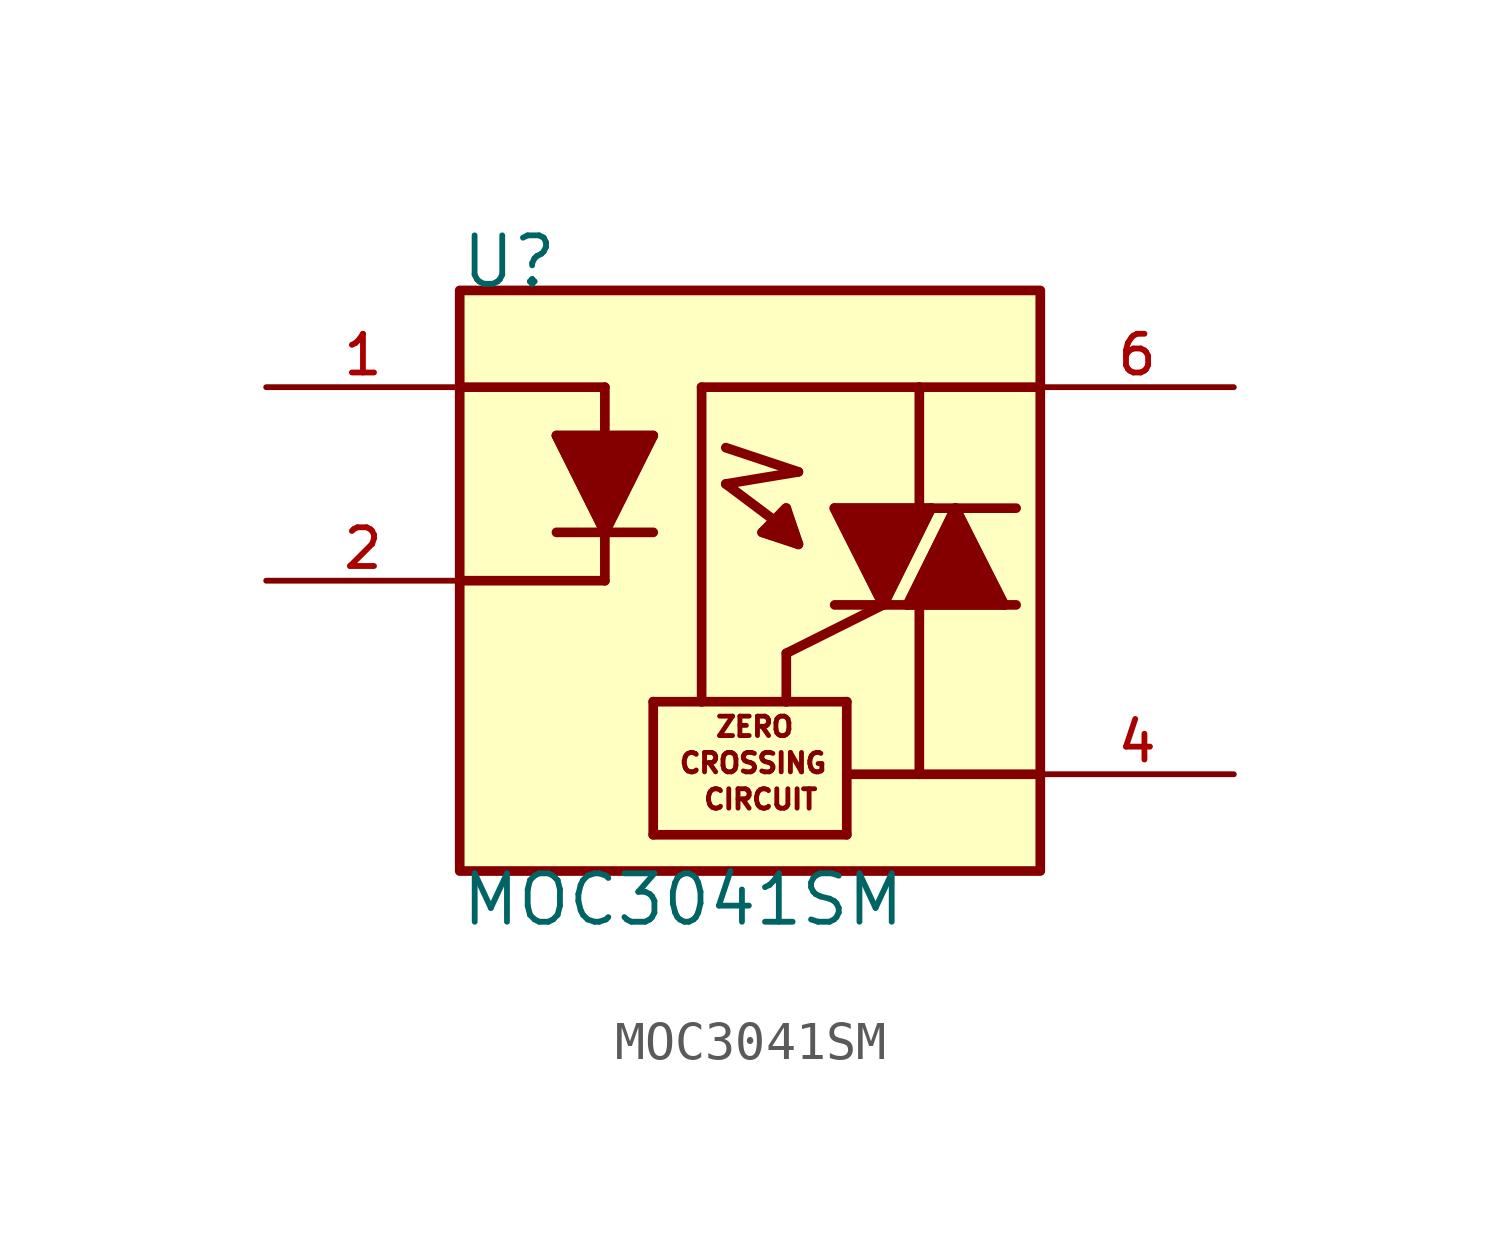
<source format=kicad_sym>
(kicad_symbol_lib
  (version 20211014)
  (generator kicad_symbol_editor)
  (symbol "MOC3041SM"
    (pin_names
      (offset 1.016))
    (property "Reference" "U"
      (at -7.632 7.632 0)
      (effects (font (size 1.27 1.27)) (justify bottom left)))
    (property "Value" "MOC3041SM"
      (at -7.629 -7.629 0.0)
      (effects (font (size 1.27 1.27)) (justify top left)))
    (symbol "MOC3041SM_0_0"
      (polyline (pts (xy -5.08 3.81) (xy -3.81 1.27)) (stroke (width 0.254)))
      (polyline (pts (xy -3.81 1.27) (xy -2.54 3.81)) (stroke (width 0.254)))
      (polyline (pts (xy -2.54 3.81) (xy -3.81 3.81)) (stroke (width 0.254)))
      (polyline (pts (xy -3.81 3.81) (xy -5.08 3.81)) (stroke (width 0.254)))
      (polyline (pts (xy -5.08 1.27) (xy -3.81 1.27)) (stroke (width 0.254)))
      (polyline (pts (xy -3.81 1.27) (xy -2.54 1.27)) (stroke (width 0.254)))
      (polyline (pts (xy -3.81 3.81) (xy -3.81 5.08)) (stroke (width 0.254)))
      (polyline (pts (xy -3.81 5.08) (xy -7.62 5.08)) (stroke (width 0.254)))
      (polyline (pts (xy -3.81 1.27) (xy -3.81 0.0)) (stroke (width 0.254)))
      (polyline (pts (xy -3.81 0.0) (xy -7.62 0.0)) (stroke (width 0.254)))
      (polyline (pts (xy 2.223 1.905) (xy 4.445 1.905)) (stroke (width 0.254)))
      (polyline (pts (xy 4.445 1.905) (xy 4.763 1.905)) (stroke (width 0.254)))
      (polyline (pts (xy 4.763 1.905) (xy 3.493 -0.635)) (stroke (width 0.254)))
      (polyline (pts (xy 3.493 -0.635) (xy 2.223 1.905)) (stroke (width 0.254)))
      (polyline (pts (xy 5.397 1.905) (xy 4.128 -0.635)) (stroke (width 0.254)))
      (polyline (pts (xy 4.128 -0.635) (xy 4.445 -0.635)) (stroke (width 0.254)))
      (polyline (pts (xy 4.445 -0.635) (xy 6.668 -0.635)) (stroke (width 0.254)))
      (polyline (pts (xy 6.668 -0.635) (xy 5.397 1.905)) (stroke (width 0.254)))
      (polyline (pts (xy 4.763 1.905) (xy 5.397 1.905)) (stroke (width 0.254)))
      (polyline (pts (xy 5.397 1.905) (xy 6.985 1.905)) (stroke (width 0.254)))
      (polyline (pts (xy 2.223 -0.635) (xy 3.493 -0.635)) (stroke (width 0.254)))
      (polyline (pts (xy 3.493 -0.635) (xy 4.128 -0.635)) (stroke (width 0.254)))
      (polyline (pts (xy 6.668 -0.635) (xy 6.985 -0.635)) (stroke (width 0.254)))
      (polyline (pts (xy 3.493 -0.635) (xy 0.953 -1.905)) (stroke (width 0.254)))
      (polyline (pts (xy -2.54 -3.175) (xy -1.27 -3.175)) (stroke (width 0.254)))
      (polyline (pts (xy -1.27 -3.175) (xy 0.953 -3.175)) (stroke (width 0.254)))
      (polyline (pts (xy 0.953 -3.175) (xy 2.54 -3.175)) (stroke (width 0.254)))
      (polyline (pts (xy 2.54 -3.175) (xy 2.54 -5.08)) (stroke (width 0.254)))
      (polyline (pts (xy 2.54 -5.08) (xy 2.54 -6.668)) (stroke (width 0.254)))
      (polyline (pts (xy 2.54 -6.668) (xy -2.54 -6.668)) (stroke (width 0.254)))
      (polyline (pts (xy -2.54 -6.668) (xy -2.54 -3.175)) (stroke (width 0.254)))
      (text "ZERO" (at -0.954 -4.133 0) (effects (font (size 0.509 0.509)) (justify bottom left)))
      (text "CROSSING" (at -1.907 -5.086 0) (effects (font (size 0.509 0.509)) (justify bottom left)))
      (text "CIRCUIT" (at -1.271 -6.039 0) (effects (font (size 0.509 0.509)) (justify bottom left)))
      (polyline (pts (xy 0.953 -1.905) (xy 0.953 -3.175)) (stroke (width 0.254)))
      (polyline (pts (xy -1.27 -3.175) (xy -1.27 5.08)) (stroke (width 0.254)))
      (polyline (pts (xy -1.27 5.08) (xy 4.445 5.08)) (stroke (width 0.254)))
      (polyline (pts (xy 4.445 5.08) (xy 4.445 1.905)) (stroke (width 0.254)))
      (polyline (pts (xy 2.54 -5.08) (xy 4.445 -5.08)) (stroke (width 0.254)))
      (polyline (pts (xy 4.445 -5.08) (xy 7.62 -5.08)) (stroke (width 0.254)))
      (polyline (pts (xy 4.445 5.08) (xy 7.62 5.08)) (stroke (width 0.254)))
      (polyline (pts (xy 4.445 -0.635) (xy 4.445 -5.08)) (stroke (width 0.254)))
      (polyline (pts (xy -0.635 3.493) (xy 1.27 2.857)) (stroke (width 0.254)))
      (polyline (pts (xy 1.27 2.857) (xy -0.635 2.54)) (stroke (width 0.254)))
      (polyline (pts (xy -0.635 2.54) (xy 0.635 1.587)) (stroke (width 0.254)))
      (polyline (pts (xy 0.635 1.587) (xy 0.318 1.27)) (stroke (width 0.254)))
      (polyline (pts (xy 0.318 1.27) (xy 1.27 0.953)) (stroke (width 0.254)))
      (polyline (pts (xy 1.27 0.953) (xy 0.953 1.905)) (stroke (width 0.254)))
      (polyline (pts (xy 0.953 1.905) (xy 0.635 1.587)) (stroke (width 0.254)))
      (polyline (pts (xy -5.08 3.81) (xy -2.54 3.81) (xy -3.81 1.27) (xy -5.08 3.81)) (stroke (width 0.254)) (fill (type outline)))
      (polyline (pts (xy 2.21 1.905) (xy 4.724 1.905) (xy 4.75 1.905) (xy 4.42 1.219) (xy 3.505 -0.635) (xy 3.302 -0.254) (xy 2.21 1.905)) (stroke (width 0.254)) (fill (type outline)))
      (polyline (pts (xy 4.14 -0.635) (xy 5.385 1.905) (xy 6.68 -0.635) (xy 4.14 -0.635)) (stroke (width 0.254)) (fill (type outline)))
      (polyline (pts (xy 0.33 1.27) (xy 0.94 1.905) (xy 1.27 0.965) (xy 0.33 1.27)) (stroke (width 0.254)) (fill (type outline)))
      (rectangle (start -7.62 -7.62) (end 7.62 7.62) (stroke (width 0.254)) (fill (type background)))
      (pin passive line (at -12.7 5.08 0) (length 5.08) (name "~" (effects (font (size 1.016 1.016)))) (number "1" (effects (font (size 1.016 1.016)))))
      (pin passive line (at -12.7 0.0 0) (length 5.08) (name "~" (effects (font (size 1.016 1.016)))) (number "2" (effects (font (size 1.016 1.016)))))
      (pin passive line (at 12.7 5.08 180.0) (length 5.08) (name "~" (effects (font (size 1.016 1.016)))) (number "6" (effects (font (size 1.016 1.016)))))
      (pin passive line (at 12.7 -5.08 180.0) (length 5.08) (name "~" (effects (font (size 1.016 1.016)))) (number "4" (effects (font (size 1.016 1.016))))))))
</source>
